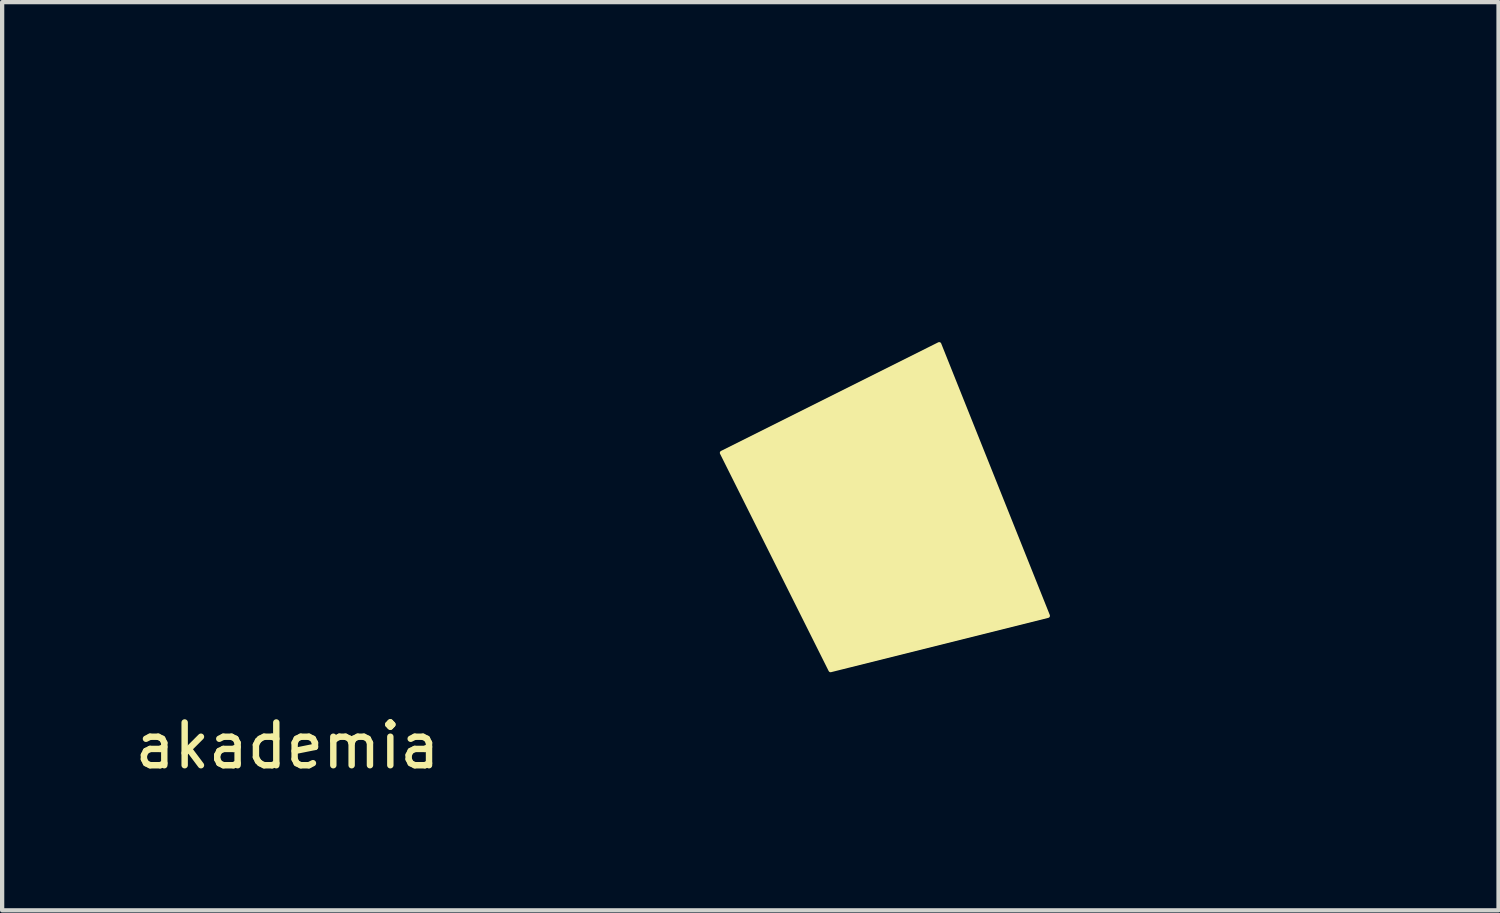
<source format=kicad_pcb>
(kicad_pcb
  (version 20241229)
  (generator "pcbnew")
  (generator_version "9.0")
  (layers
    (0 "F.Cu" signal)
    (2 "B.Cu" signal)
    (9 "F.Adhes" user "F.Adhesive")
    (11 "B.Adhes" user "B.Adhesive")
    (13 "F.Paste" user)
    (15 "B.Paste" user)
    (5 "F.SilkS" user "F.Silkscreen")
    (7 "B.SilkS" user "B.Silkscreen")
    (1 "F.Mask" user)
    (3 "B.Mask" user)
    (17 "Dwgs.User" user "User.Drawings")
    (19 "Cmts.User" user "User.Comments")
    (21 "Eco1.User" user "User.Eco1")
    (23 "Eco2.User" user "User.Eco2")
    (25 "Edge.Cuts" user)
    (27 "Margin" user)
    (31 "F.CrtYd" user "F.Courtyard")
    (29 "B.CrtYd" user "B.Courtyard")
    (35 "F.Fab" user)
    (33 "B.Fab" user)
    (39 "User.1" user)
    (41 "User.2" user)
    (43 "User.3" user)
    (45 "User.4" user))
  (footprint "akademia"
    (layer "F.Cu")
    (at 3.673 13.89)
    (property "Reference" "akademia" (at 0 0.5 0) (layer "F.SilkS") (effects (font (size 1 1) (thickness 0.15))))
    (attr through_hole)
    (fp_poly (pts (xy 10.16 -6.35) (xy 15.24 -8.89) (xy 17.78 -2.54) (xy 12.7 -1.27)) (stroke (width 0.1) (type solid)) (fill yes) (layer "F.SilkS"))
    (pad "" connect custom (at 20.32 -8.89) (size 10 10) (layers "F.Mask") (options (anchor circle)) (primitives (gr_circle (center 0 0) (end 5 0) (width 0) (fill yes)))))
  (gr_rect
    (start -3 -3)
    (end 31.993 18.238)
    (stroke (width 0.1) (type default))
    (fill no)
    (layer "Edge.Cuts")))
</source>
